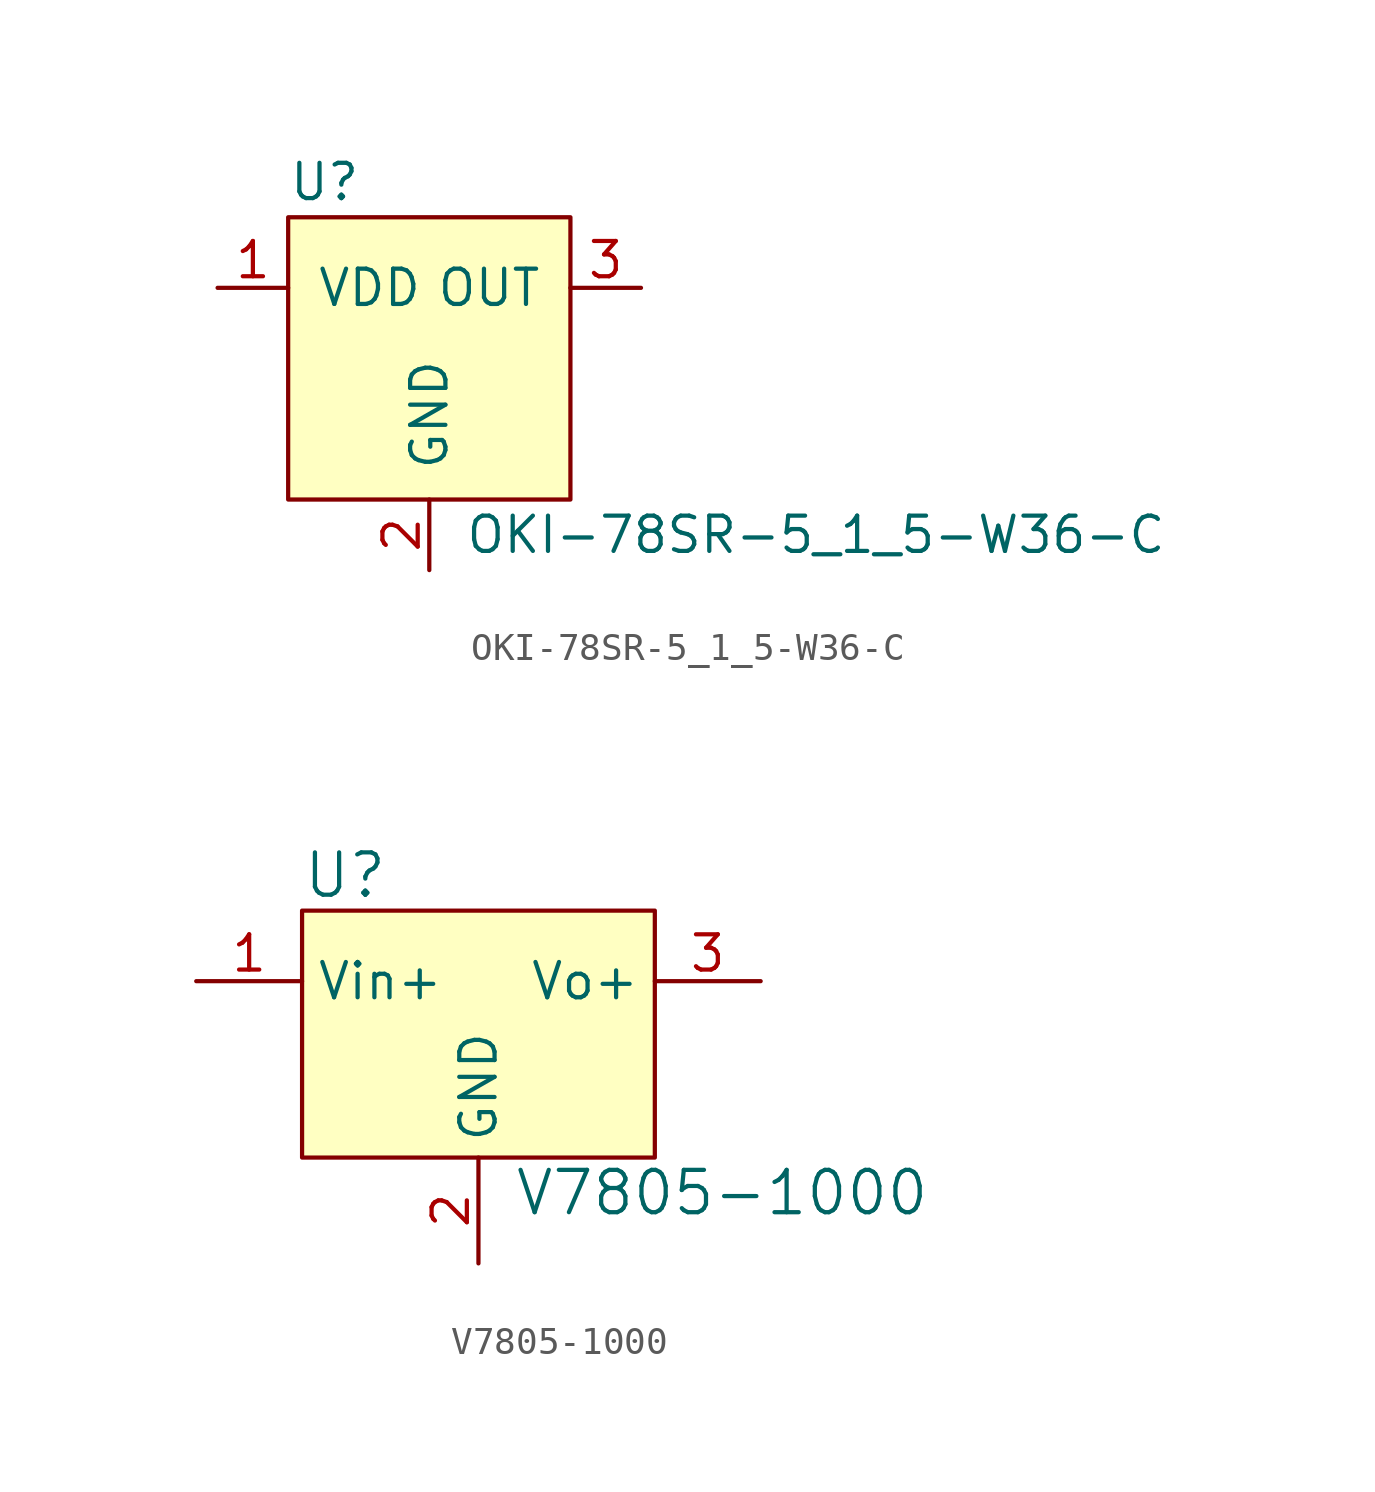
<source format=kicad_sym>
(kicad_symbol_lib
  (version 20211014)
  (generator kicad_symbol_editor)
  (symbol "OKI-78SR-5_1_5-W36-C"
    (pin_names
      (offset 1.016))
    (property "Reference" "U"
      (at -5.08 6.35 0)
      (effects (font (size 1.27 1.27)) (justify left)))
    (property "Value" "OKI-78SR-5_1_5-W36-C"
      (at 1.27 -6.35 0)
      (effects (font (size 1.27 1.27)) (justify left)))
    (symbol "OKI-78SR-5_1_5-W36-C_0_1"
      (rectangle (start 5.08 5.08) (end -5.08 -5.08) (stroke (width 0) (type default) (color 0 0 0 0)) (fill (type background))))
    (symbol "OKI-78SR-5_1_5-W36-C_1_1"
      (pin power_in line (at -7.62 2.54 0) (length 2.54) (name "VDD" (effects (font (size 1.27 1.27)))) (number "1" (effects (font (size 1.27 1.27)))))
      (pin power_in line (at 0 -7.62 90) (length 2.54) (name "GND" (effects (font (size 1.27 1.27)))) (number "2" (effects (font (size 1.27 1.27)))))
      (pin power_out line (at 7.62 2.54 180) (length 2.54) (name "OUT" (effects (font (size 1.27 1.27)))) (number "3" (effects (font (size 1.27 1.27)))))))
  (symbol "V7805-1000"
    (property "Reference" "U"
      (at -6.35 6.35 0)
      (effects (font (size 1.524 1.524)) (justify left)))
    (property "Value" "V7805-1000"
      (at 1.27 -5.08 0)
      (effects (font (size 1.524 1.524)) (justify left)))
    (symbol "V7805-1000_0_1"
      (rectangle (start -6.35 5.08) (end 6.35 -3.81) (stroke (width 0) (type default) (color 0 0 0 0)) (fill (type background))))
    (symbol "V7805-1000_1_1"
      (pin power_in line (at -10.16 2.54 0) (length 3.81) (name "Vin+" (effects (font (size 1.27 1.27)))) (number "1" (effects (font (size 1.27 1.27)))))
      (pin power_in line (at 0 -7.62 90) (length 3.81) (name "GND" (effects (font (size 1.27 1.27)))) (number "2" (effects (font (size 1.27 1.27)))))
      (pin power_out line (at 10.16 2.54 180) (length 3.81) (name "Vo+" (effects (font (size 1.27 1.27)))) (number "3" (effects (font (size 1.27 1.27))))))))
</source>
